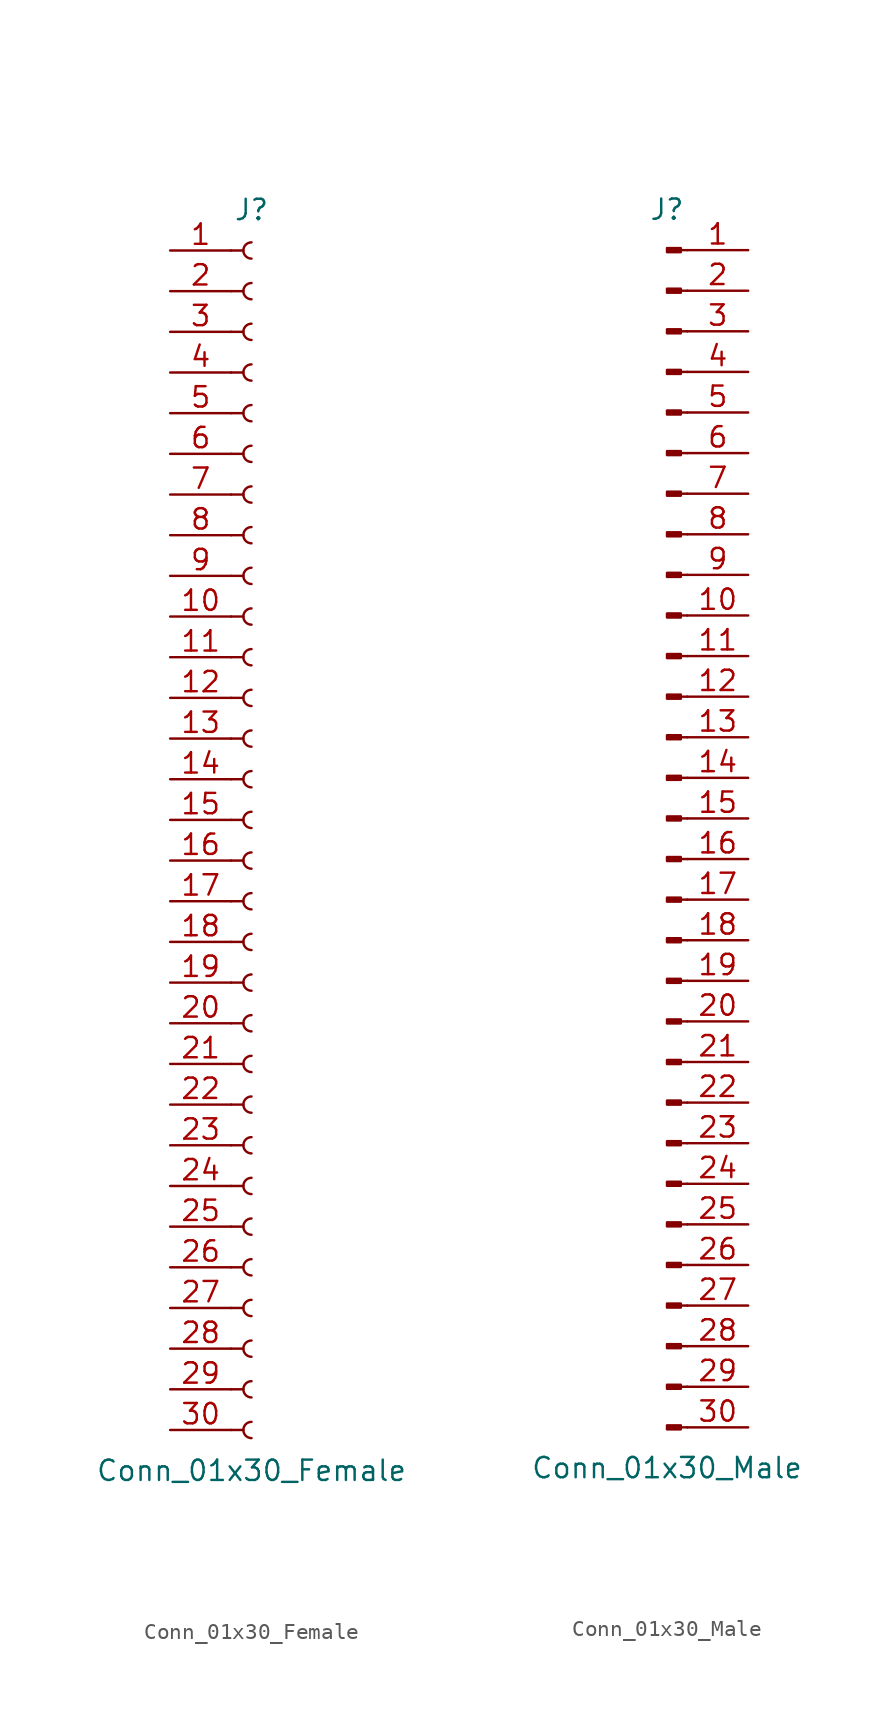
<source format=kicad_sym>
(kicad_symbol_lib
  (version 20201005)
  (generator kicad_symbol_editor)
  (symbol "Conn_01x30_Female"
    (pin_names
      (offset 1.016) hide)
    (property "Reference" "J"
      (at 0 38.1 0)
      (effects (font (size 1.27 1.27))))
    (property "Value" "Conn_01x30_Female"
      (at 0 -40.64 0)
      (effects (font (size 1.27 1.27))))
    (symbol "Conn_01x30_Female_1_1"
      (arc (start 0 -37.592) (end 0 -38.608) (radius (at 0 -38.1) (length 0.508) (angles 90.1 -90.1)) (stroke (width 0.1524)) (fill (type none)))
      (arc (start 0 -35.052) (end 0 -36.068) (radius (at 0 -35.56) (length 0.508) (angles 90.1 -90.1)) (stroke (width 0.1524)) (fill (type none)))
      (arc (start 0 -32.512) (end 0 -33.528) (radius (at 0 -33.02) (length 0.508) (angles 90.1 -90.1)) (stroke (width 0.1524)) (fill (type none)))
      (arc (start 0 -29.972) (end 0 -30.988) (radius (at 0 -30.48) (length 0.508) (angles 90.1 -90.1)) (stroke (width 0.1524)) (fill (type none)))
      (arc (start 0 -27.432) (end 0 -28.448) (radius (at 0 -27.94) (length 0.508) (angles 90.1 -90.1)) (stroke (width 0.1524)) (fill (type none)))
      (arc (start 0 -24.892) (end 0 -25.908) (radius (at 0 -25.4) (length 0.508) (angles 90.1 -90.1)) (stroke (width 0.1524)) (fill (type none)))
      (arc (start 0 -22.352) (end 0 -23.368) (radius (at 0 -22.86) (length 0.508) (angles 90.1 -90.1)) (stroke (width 0.1524)) (fill (type none)))
      (arc (start 0 -19.812) (end 0 -20.828) (radius (at 0 -20.32) (length 0.508) (angles 90.1 -90.1)) (stroke (width 0.1524)) (fill (type none)))
      (arc (start 0 -17.272) (end 0 -18.288) (radius (at 0 -17.78) (length 0.508) (angles 90.1 -90.1)) (stroke (width 0.1524)) (fill (type none)))
      (arc (start 0 -14.732) (end 0 -15.748) (radius (at 0 -15.24) (length 0.508) (angles 90.1 -90.1)) (stroke (width 0.1524)) (fill (type none)))
      (arc (start 0 -12.192) (end 0 -13.208) (radius (at 0 -12.7) (length 0.508) (angles 90.1 -90.1)) (stroke (width 0.1524)) (fill (type none)))
      (arc (start 0 -9.652) (end 0 -10.668) (radius (at 0 -10.16) (length 0.508) (angles 90.1 -90.1)) (stroke (width 0.1524)) (fill (type none)))
      (arc (start 0 -7.112) (end 0 -8.128) (radius (at 0 -7.62) (length 0.508) (angles 90.1 -90.1)) (stroke (width 0.1524)) (fill (type none)))
      (arc (start 0 -4.572) (end 0 -5.588) (radius (at 0 -5.08) (length 0.508) (angles 90.1 -90.1)) (stroke (width 0.1524)) (fill (type none)))
      (arc (start 0 -2.032) (end 0 -3.048) (radius (at 0 -2.54) (length 0.508) (angles 90.1 -90.1)) (stroke (width 0.1524)) (fill (type none)))
      (arc (start 0 0.508) (end 0 -0.508) (radius (at 0 0) (length 0.508) (angles 90.1 -90.1)) (stroke (width 0.1524)) (fill (type none)))
      (arc (start 0 3.048) (end 0 2.032) (radius (at 0 2.54) (length 0.508) (angles 90.1 -90.1)) (stroke (width 0.1524)) (fill (type none)))
      (arc (start 0 5.588) (end 0 4.572) (radius (at 0 5.08) (length 0.508) (angles 90.1 -90.1)) (stroke (width 0.1524)) (fill (type none)))
      (arc (start 0 8.128) (end 0 7.112) (radius (at 0 7.62) (length 0.508) (angles 90.1 -90.1)) (stroke (width 0.1524)) (fill (type none)))
      (arc (start 0 10.668) (end 0 9.652) (radius (at 0 10.16) (length 0.508) (angles 90.1 -90.1)) (stroke (width 0.1524)) (fill (type none)))
      (arc (start 0 13.208) (end 0 12.192) (radius (at 0 12.7) (length 0.508) (angles 90.1 -90.1)) (stroke (width 0.1524)) (fill (type none)))
      (arc (start 0 15.748) (end 0 14.732) (radius (at 0 15.24) (length 0.508) (angles 90.1 -90.1)) (stroke (width 0.1524)) (fill (type none)))
      (arc (start 0 18.288) (end 0 17.272) (radius (at 0 17.78) (length 0.508) (angles 90.1 -90.1)) (stroke (width 0.1524)) (fill (type none)))
      (arc (start 0 20.828) (end 0 19.812) (radius (at 0 20.32) (length 0.508) (angles 90.1 -90.1)) (stroke (width 0.1524)) (fill (type none)))
      (arc (start 0 23.368) (end 0 22.352) (radius (at 0 22.86) (length 0.508) (angles 90.1 -90.1)) (stroke (width 0.1524)) (fill (type none)))
      (arc (start 0 25.908) (end 0 24.892) (radius (at 0 25.4) (length 0.508) (angles 90.1 -90.1)) (stroke (width 0.1524)) (fill (type none)))
      (arc (start 0 28.448) (end 0 27.432) (radius (at 0 27.94) (length 0.508) (angles 90.1 -90.1)) (stroke (width 0.1524)) (fill (type none)))
      (arc (start 0 30.988) (end 0 29.972) (radius (at 0 30.48) (length 0.508) (angles 90.1 -90.1)) (stroke (width 0.1524)) (fill (type none)))
      (arc (start 0 33.528) (end 0 32.512) (radius (at 0 33.02) (length 0.508) (angles 90.1 -90.1)) (stroke (width 0.1524)) (fill (type none)))
      (arc (start 0 36.068) (end 0 35.052) (radius (at 0 35.56) (length 0.508) (angles 90.1 -90.1)) (stroke (width 0.1524)) (fill (type none)))
      (polyline (pts (xy -1.27 -38.1) (xy -0.508 -38.1)) (stroke (width 0.152)) (fill (type none)))
      (polyline (pts (xy -1.27 -35.56) (xy -0.508 -35.56)) (stroke (width 0.152)) (fill (type none)))
      (polyline (pts (xy -1.27 -33.02) (xy -0.508 -33.02)) (stroke (width 0.152)) (fill (type none)))
      (polyline (pts (xy -1.27 -30.48) (xy -0.508 -30.48)) (stroke (width 0.152)) (fill (type none)))
      (polyline (pts (xy -1.27 -27.94) (xy -0.508 -27.94)) (stroke (width 0.152)) (fill (type none)))
      (polyline (pts (xy -1.27 -25.4) (xy -0.508 -25.4)) (stroke (width 0.152)) (fill (type none)))
      (polyline (pts (xy -1.27 -22.86) (xy -0.508 -22.86)) (stroke (width 0.152)) (fill (type none)))
      (polyline (pts (xy -1.27 -20.32) (xy -0.508 -20.32)) (stroke (width 0.152)) (fill (type none)))
      (polyline (pts (xy -1.27 -17.78) (xy -0.508 -17.78)) (stroke (width 0.152)) (fill (type none)))
      (polyline (pts (xy -1.27 -15.24) (xy -0.508 -15.24)) (stroke (width 0.152)) (fill (type none)))
      (polyline (pts (xy -1.27 -12.7) (xy -0.508 -12.7)) (stroke (width 0.152)) (fill (type none)))
      (polyline (pts (xy -1.27 -10.16) (xy -0.508 -10.16)) (stroke (width 0.152)) (fill (type none)))
      (polyline (pts (xy -1.27 -7.62) (xy -0.508 -7.62)) (stroke (width 0.152)) (fill (type none)))
      (polyline (pts (xy -1.27 -5.08) (xy -0.508 -5.08)) (stroke (width 0.152)) (fill (type none)))
      (polyline (pts (xy -1.27 -2.54) (xy -0.508 -2.54)) (stroke (width 0.152)) (fill (type none)))
      (polyline (pts (xy -1.27 0) (xy -0.508 0)) (stroke (width 0.152)) (fill (type none)))
      (polyline (pts (xy -1.27 2.54) (xy -0.508 2.54)) (stroke (width 0.152)) (fill (type none)))
      (polyline (pts (xy -1.27 5.08) (xy -0.508 5.08)) (stroke (width 0.152)) (fill (type none)))
      (polyline (pts (xy -1.27 7.62) (xy -0.508 7.62)) (stroke (width 0.152)) (fill (type none)))
      (polyline (pts (xy -1.27 10.16) (xy -0.508 10.16)) (stroke (width 0.152)) (fill (type none)))
      (polyline (pts (xy -1.27 12.7) (xy -0.508 12.7)) (stroke (width 0.152)) (fill (type none)))
      (polyline (pts (xy -1.27 15.24) (xy -0.508 15.24)) (stroke (width 0.152)) (fill (type none)))
      (polyline (pts (xy -1.27 17.78) (xy -0.508 17.78)) (stroke (width 0.152)) (fill (type none)))
      (polyline (pts (xy -1.27 20.32) (xy -0.508 20.32)) (stroke (width 0.152)) (fill (type none)))
      (polyline (pts (xy -1.27 22.86) (xy -0.508 22.86)) (stroke (width 0.152)) (fill (type none)))
      (polyline (pts (xy -1.27 25.4) (xy -0.508 25.4)) (stroke (width 0.152)) (fill (type none)))
      (polyline (pts (xy -1.27 27.94) (xy -0.508 27.94)) (stroke (width 0.152)) (fill (type none)))
      (polyline (pts (xy -1.27 30.48) (xy -0.508 30.48)) (stroke (width 0.152)) (fill (type none)))
      (polyline (pts (xy -1.27 33.02) (xy -0.508 33.02)) (stroke (width 0.152)) (fill (type none)))
      (polyline (pts (xy -1.27 35.56) (xy -0.508 35.56)) (stroke (width 0.152)) (fill (type none)))
      (pin passive line (at -5.08 35.56 0) (length 3.81) (name "Pin_1" (effects (font (size 1.27 1.27)))) (number "1" (effects (font (size 1.27 1.27)))))
      (pin passive line (at -5.08 12.7 0) (length 3.81) (name "Pin_10" (effects (font (size 1.27 1.27)))) (number "10" (effects (font (size 1.27 1.27)))))
      (pin passive line (at -5.08 10.16 0) (length 3.81) (name "Pin_11" (effects (font (size 1.27 1.27)))) (number "11" (effects (font (size 1.27 1.27)))))
      (pin passive line (at -5.08 7.62 0) (length 3.81) (name "Pin_12" (effects (font (size 1.27 1.27)))) (number "12" (effects (font (size 1.27 1.27)))))
      (pin passive line (at -5.08 5.08 0) (length 3.81) (name "Pin_13" (effects (font (size 1.27 1.27)))) (number "13" (effects (font (size 1.27 1.27)))))
      (pin passive line (at -5.08 2.54 0) (length 3.81) (name "Pin_14" (effects (font (size 1.27 1.27)))) (number "14" (effects (font (size 1.27 1.27)))))
      (pin passive line (at -5.08 0 0) (length 3.81) (name "Pin_15" (effects (font (size 1.27 1.27)))) (number "15" (effects (font (size 1.27 1.27)))))
      (pin passive line (at -5.08 -2.54 0) (length 3.81) (name "Pin_16" (effects (font (size 1.27 1.27)))) (number "16" (effects (font (size 1.27 1.27)))))
      (pin passive line (at -5.08 -5.08 0) (length 3.81) (name "Pin_17" (effects (font (size 1.27 1.27)))) (number "17" (effects (font (size 1.27 1.27)))))
      (pin passive line (at -5.08 -7.62 0) (length 3.81) (name "Pin_18" (effects (font (size 1.27 1.27)))) (number "18" (effects (font (size 1.27 1.27)))))
      (pin passive line (at -5.08 -10.16 0) (length 3.81) (name "Pin_19" (effects (font (size 1.27 1.27)))) (number "19" (effects (font (size 1.27 1.27)))))
      (pin passive line (at -5.08 33.02 0) (length 3.81) (name "Pin_2" (effects (font (size 1.27 1.27)))) (number "2" (effects (font (size 1.27 1.27)))))
      (pin passive line (at -5.08 -12.7 0) (length 3.81) (name "Pin_20" (effects (font (size 1.27 1.27)))) (number "20" (effects (font (size 1.27 1.27)))))
      (pin passive line (at -5.08 -15.24 0) (length 3.81) (name "Pin_21" (effects (font (size 1.27 1.27)))) (number "21" (effects (font (size 1.27 1.27)))))
      (pin passive line (at -5.08 -17.78 0) (length 3.81) (name "Pin_22" (effects (font (size 1.27 1.27)))) (number "22" (effects (font (size 1.27 1.27)))))
      (pin passive line (at -5.08 -20.32 0) (length 3.81) (name "Pin_23" (effects (font (size 1.27 1.27)))) (number "23" (effects (font (size 1.27 1.27)))))
      (pin passive line (at -5.08 -22.86 0) (length 3.81) (name "Pin_24" (effects (font (size 1.27 1.27)))) (number "24" (effects (font (size 1.27 1.27)))))
      (pin passive line (at -5.08 -25.4 0) (length 3.81) (name "Pin_25" (effects (font (size 1.27 1.27)))) (number "25" (effects (font (size 1.27 1.27)))))
      (pin passive line (at -5.08 -27.94 0) (length 3.81) (name "Pin_26" (effects (font (size 1.27 1.27)))) (number "26" (effects (font (size 1.27 1.27)))))
      (pin passive line (at -5.08 -30.48 0) (length 3.81) (name "Pin_27" (effects (font (size 1.27 1.27)))) (number "27" (effects (font (size 1.27 1.27)))))
      (pin passive line (at -5.08 -33.02 0) (length 3.81) (name "Pin_28" (effects (font (size 1.27 1.27)))) (number "28" (effects (font (size 1.27 1.27)))))
      (pin passive line (at -5.08 -35.56 0) (length 3.81) (name "Pin_29" (effects (font (size 1.27 1.27)))) (number "29" (effects (font (size 1.27 1.27)))))
      (pin passive line (at -5.08 30.48 0) (length 3.81) (name "Pin_3" (effects (font (size 1.27 1.27)))) (number "3" (effects (font (size 1.27 1.27)))))
      (pin passive line (at -5.08 -38.1 0) (length 3.81) (name "Pin_30" (effects (font (size 1.27 1.27)))) (number "30" (effects (font (size 1.27 1.27)))))
      (pin passive line (at -5.08 27.94 0) (length 3.81) (name "Pin_4" (effects (font (size 1.27 1.27)))) (number "4" (effects (font (size 1.27 1.27)))))
      (pin passive line (at -5.08 25.4 0) (length 3.81) (name "Pin_5" (effects (font (size 1.27 1.27)))) (number "5" (effects (font (size 1.27 1.27)))))
      (pin passive line (at -5.08 22.86 0) (length 3.81) (name "Pin_6" (effects (font (size 1.27 1.27)))) (number "6" (effects (font (size 1.27 1.27)))))
      (pin passive line (at -5.08 20.32 0) (length 3.81) (name "Pin_7" (effects (font (size 1.27 1.27)))) (number "7" (effects (font (size 1.27 1.27)))))
      (pin passive line (at -5.08 17.78 0) (length 3.81) (name "Pin_8" (effects (font (size 1.27 1.27)))) (number "8" (effects (font (size 1.27 1.27)))))
      (pin passive line (at -5.08 15.24 0) (length 3.81) (name "Pin_9" (effects (font (size 1.27 1.27)))) (number "9" (effects (font (size 1.27 1.27)))))))
  (symbol "Conn_01x30_Male"
    (pin_names
      (offset 1.016) hide)
    (property "Reference" "J"
      (at 0 38.1 0)
      (effects (font (size 1.27 1.27))))
    (property "Value" "Conn_01x30_Male"
      (at 0 -40.64 0)
      (effects (font (size 1.27 1.27))))
    (symbol "Conn_01x30_Male_1_1"
      (rectangle (start 0.864 -37.973) (end 0 -38.227) (stroke (width 0.152)) (fill (type outline)))
      (rectangle (start 0.864 -35.433) (end 0 -35.687) (stroke (width 0.152)) (fill (type outline)))
      (rectangle (start 0.864 -32.893) (end 0 -33.147) (stroke (width 0.152)) (fill (type outline)))
      (rectangle (start 0.864 -30.353) (end 0 -30.607) (stroke (width 0.152)) (fill (type outline)))
      (rectangle (start 0.864 -27.813) (end 0 -28.067) (stroke (width 0.152)) (fill (type outline)))
      (rectangle (start 0.864 -25.273) (end 0 -25.527) (stroke (width 0.152)) (fill (type outline)))
      (rectangle (start 0.864 -22.733) (end 0 -22.987) (stroke (width 0.152)) (fill (type outline)))
      (rectangle (start 0.864 -20.193) (end 0 -20.447) (stroke (width 0.152)) (fill (type outline)))
      (rectangle (start 0.864 -17.653) (end 0 -17.907) (stroke (width 0.152)) (fill (type outline)))
      (rectangle (start 0.864 -15.113) (end 0 -15.367) (stroke (width 0.152)) (fill (type outline)))
      (rectangle (start 0.864 -12.573) (end 0 -12.827) (stroke (width 0.152)) (fill (type outline)))
      (rectangle (start 0.864 -10.033) (end 0 -10.287) (stroke (width 0.152)) (fill (type outline)))
      (rectangle (start 0.864 -7.493) (end 0 -7.747) (stroke (width 0.152)) (fill (type outline)))
      (rectangle (start 0.864 -4.953) (end 0 -5.207) (stroke (width 0.152)) (fill (type outline)))
      (rectangle (start 0.864 -2.413) (end 0 -2.667) (stroke (width 0.152)) (fill (type outline)))
      (rectangle (start 0.864 0.127) (end 0 -0.127) (stroke (width 0.152)) (fill (type outline)))
      (rectangle (start 0.864 2.667) (end 0 2.413) (stroke (width 0.152)) (fill (type outline)))
      (rectangle (start 0.864 5.207) (end 0 4.953) (stroke (width 0.152)) (fill (type outline)))
      (rectangle (start 0.864 7.747) (end 0 7.493) (stroke (width 0.152)) (fill (type outline)))
      (rectangle (start 0.864 10.287) (end 0 10.033) (stroke (width 0.152)) (fill (type outline)))
      (rectangle (start 0.864 12.827) (end 0 12.573) (stroke (width 0.152)) (fill (type outline)))
      (rectangle (start 0.864 15.367) (end 0 15.113) (stroke (width 0.152)) (fill (type outline)))
      (rectangle (start 0.864 17.907) (end 0 17.653) (stroke (width 0.152)) (fill (type outline)))
      (rectangle (start 0.864 20.447) (end 0 20.193) (stroke (width 0.152)) (fill (type outline)))
      (rectangle (start 0.864 22.987) (end 0 22.733) (stroke (width 0.152)) (fill (type outline)))
      (rectangle (start 0.864 25.527) (end 0 25.273) (stroke (width 0.152)) (fill (type outline)))
      (rectangle (start 0.864 28.067) (end 0 27.813) (stroke (width 0.152)) (fill (type outline)))
      (rectangle (start 0.864 30.607) (end 0 30.353) (stroke (width 0.152)) (fill (type outline)))
      (rectangle (start 0.864 33.147) (end 0 32.893) (stroke (width 0.152)) (fill (type outline)))
      (rectangle (start 0.864 35.687) (end 0 35.433) (stroke (width 0.152)) (fill (type outline)))
      (polyline (pts (xy 1.27 -38.1) (xy 0.864 -38.1)) (stroke (width 0.152)) (fill (type none)))
      (polyline (pts (xy 1.27 -35.56) (xy 0.864 -35.56)) (stroke (width 0.152)) (fill (type none)))
      (polyline (pts (xy 1.27 -33.02) (xy 0.864 -33.02)) (stroke (width 0.152)) (fill (type none)))
      (polyline (pts (xy 1.27 -30.48) (xy 0.864 -30.48)) (stroke (width 0.152)) (fill (type none)))
      (polyline (pts (xy 1.27 -27.94) (xy 0.864 -27.94)) (stroke (width 0.152)) (fill (type none)))
      (polyline (pts (xy 1.27 -25.4) (xy 0.864 -25.4)) (stroke (width 0.152)) (fill (type none)))
      (polyline (pts (xy 1.27 -22.86) (xy 0.864 -22.86)) (stroke (width 0.152)) (fill (type none)))
      (polyline (pts (xy 1.27 -20.32) (xy 0.864 -20.32)) (stroke (width 0.152)) (fill (type none)))
      (polyline (pts (xy 1.27 -17.78) (xy 0.864 -17.78)) (stroke (width 0.152)) (fill (type none)))
      (polyline (pts (xy 1.27 -15.24) (xy 0.864 -15.24)) (stroke (width 0.152)) (fill (type none)))
      (polyline (pts (xy 1.27 -12.7) (xy 0.864 -12.7)) (stroke (width 0.152)) (fill (type none)))
      (polyline (pts (xy 1.27 -10.16) (xy 0.864 -10.16)) (stroke (width 0.152)) (fill (type none)))
      (polyline (pts (xy 1.27 -7.62) (xy 0.864 -7.62)) (stroke (width 0.152)) (fill (type none)))
      (polyline (pts (xy 1.27 -5.08) (xy 0.864 -5.08)) (stroke (width 0.152)) (fill (type none)))
      (polyline (pts (xy 1.27 -2.54) (xy 0.864 -2.54)) (stroke (width 0.152)) (fill (type none)))
      (polyline (pts (xy 1.27 0) (xy 0.864 0)) (stroke (width 0.152)) (fill (type none)))
      (polyline (pts (xy 1.27 2.54) (xy 0.864 2.54)) (stroke (width 0.152)) (fill (type none)))
      (polyline (pts (xy 1.27 5.08) (xy 0.864 5.08)) (stroke (width 0.152)) (fill (type none)))
      (polyline (pts (xy 1.27 7.62) (xy 0.864 7.62)) (stroke (width 0.152)) (fill (type none)))
      (polyline (pts (xy 1.27 10.16) (xy 0.864 10.16)) (stroke (width 0.152)) (fill (type none)))
      (polyline (pts (xy 1.27 12.7) (xy 0.864 12.7)) (stroke (width 0.152)) (fill (type none)))
      (polyline (pts (xy 1.27 15.24) (xy 0.864 15.24)) (stroke (width 0.152)) (fill (type none)))
      (polyline (pts (xy 1.27 17.78) (xy 0.864 17.78)) (stroke (width 0.152)) (fill (type none)))
      (polyline (pts (xy 1.27 20.32) (xy 0.864 20.32)) (stroke (width 0.152)) (fill (type none)))
      (polyline (pts (xy 1.27 22.86) (xy 0.864 22.86)) (stroke (width 0.152)) (fill (type none)))
      (polyline (pts (xy 1.27 25.4) (xy 0.864 25.4)) (stroke (width 0.152)) (fill (type none)))
      (polyline (pts (xy 1.27 27.94) (xy 0.864 27.94)) (stroke (width 0.152)) (fill (type none)))
      (polyline (pts (xy 1.27 30.48) (xy 0.864 30.48)) (stroke (width 0.152)) (fill (type none)))
      (polyline (pts (xy 1.27 33.02) (xy 0.864 33.02)) (stroke (width 0.152)) (fill (type none)))
      (polyline (pts (xy 1.27 35.56) (xy 0.864 35.56)) (stroke (width 0.152)) (fill (type none)))
      (pin passive line (at 5.08 35.56 180) (length 3.81) (name "Pin_1" (effects (font (size 1.27 1.27)))) (number "1" (effects (font (size 1.27 1.27)))))
      (pin passive line (at 5.08 12.7 180) (length 3.81) (name "Pin_10" (effects (font (size 1.27 1.27)))) (number "10" (effects (font (size 1.27 1.27)))))
      (pin passive line (at 5.08 10.16 180) (length 3.81) (name "Pin_11" (effects (font (size 1.27 1.27)))) (number "11" (effects (font (size 1.27 1.27)))))
      (pin passive line (at 5.08 7.62 180) (length 3.81) (name "Pin_12" (effects (font (size 1.27 1.27)))) (number "12" (effects (font (size 1.27 1.27)))))
      (pin passive line (at 5.08 5.08 180) (length 3.81) (name "Pin_13" (effects (font (size 1.27 1.27)))) (number "13" (effects (font (size 1.27 1.27)))))
      (pin passive line (at 5.08 2.54 180) (length 3.81) (name "Pin_14" (effects (font (size 1.27 1.27)))) (number "14" (effects (font (size 1.27 1.27)))))
      (pin passive line (at 5.08 0 180) (length 3.81) (name "Pin_15" (effects (font (size 1.27 1.27)))) (number "15" (effects (font (size 1.27 1.27)))))
      (pin passive line (at 5.08 -2.54 180) (length 3.81) (name "Pin_16" (effects (font (size 1.27 1.27)))) (number "16" (effects (font (size 1.27 1.27)))))
      (pin passive line (at 5.08 -5.08 180) (length 3.81) (name "Pin_17" (effects (font (size 1.27 1.27)))) (number "17" (effects (font (size 1.27 1.27)))))
      (pin passive line (at 5.08 -7.62 180) (length 3.81) (name "Pin_18" (effects (font (size 1.27 1.27)))) (number "18" (effects (font (size 1.27 1.27)))))
      (pin passive line (at 5.08 -10.16 180) (length 3.81) (name "Pin_19" (effects (font (size 1.27 1.27)))) (number "19" (effects (font (size 1.27 1.27)))))
      (pin passive line (at 5.08 33.02 180) (length 3.81) (name "Pin_2" (effects (font (size 1.27 1.27)))) (number "2" (effects (font (size 1.27 1.27)))))
      (pin passive line (at 5.08 -12.7 180) (length 3.81) (name "Pin_20" (effects (font (size 1.27 1.27)))) (number "20" (effects (font (size 1.27 1.27)))))
      (pin passive line (at 5.08 -15.24 180) (length 3.81) (name "Pin_21" (effects (font (size 1.27 1.27)))) (number "21" (effects (font (size 1.27 1.27)))))
      (pin passive line (at 5.08 -17.78 180) (length 3.81) (name "Pin_22" (effects (font (size 1.27 1.27)))) (number "22" (effects (font (size 1.27 1.27)))))
      (pin passive line (at 5.08 -20.32 180) (length 3.81) (name "Pin_23" (effects (font (size 1.27 1.27)))) (number "23" (effects (font (size 1.27 1.27)))))
      (pin passive line (at 5.08 -22.86 180) (length 3.81) (name "Pin_24" (effects (font (size 1.27 1.27)))) (number "24" (effects (font (size 1.27 1.27)))))
      (pin passive line (at 5.08 -25.4 180) (length 3.81) (name "Pin_25" (effects (font (size 1.27 1.27)))) (number "25" (effects (font (size 1.27 1.27)))))
      (pin passive line (at 5.08 -27.94 180) (length 3.81) (name "Pin_26" (effects (font (size 1.27 1.27)))) (number "26" (effects (font (size 1.27 1.27)))))
      (pin passive line (at 5.08 -30.48 180) (length 3.81) (name "Pin_27" (effects (font (size 1.27 1.27)))) (number "27" (effects (font (size 1.27 1.27)))))
      (pin passive line (at 5.08 -33.02 180) (length 3.81) (name "Pin_28" (effects (font (size 1.27 1.27)))) (number "28" (effects (font (size 1.27 1.27)))))
      (pin passive line (at 5.08 -35.56 180) (length 3.81) (name "Pin_29" (effects (font (size 1.27 1.27)))) (number "29" (effects (font (size 1.27 1.27)))))
      (pin passive line (at 5.08 30.48 180) (length 3.81) (name "Pin_3" (effects (font (size 1.27 1.27)))) (number "3" (effects (font (size 1.27 1.27)))))
      (pin passive line (at 5.08 -38.1 180) (length 3.81) (name "Pin_30" (effects (font (size 1.27 1.27)))) (number "30" (effects (font (size 1.27 1.27)))))
      (pin passive line (at 5.08 27.94 180) (length 3.81) (name "Pin_4" (effects (font (size 1.27 1.27)))) (number "4" (effects (font (size 1.27 1.27)))))
      (pin passive line (at 5.08 25.4 180) (length 3.81) (name "Pin_5" (effects (font (size 1.27 1.27)))) (number "5" (effects (font (size 1.27 1.27)))))
      (pin passive line (at 5.08 22.86 180) (length 3.81) (name "Pin_6" (effects (font (size 1.27 1.27)))) (number "6" (effects (font (size 1.27 1.27)))))
      (pin passive line (at 5.08 20.32 180) (length 3.81) (name "Pin_7" (effects (font (size 1.27 1.27)))) (number "7" (effects (font (size 1.27 1.27)))))
      (pin passive line (at 5.08 17.78 180) (length 3.81) (name "Pin_8" (effects (font (size 1.27 1.27)))) (number "8" (effects (font (size 1.27 1.27)))))
      (pin passive line (at 5.08 15.24 180) (length 3.81) (name "Pin_9" (effects (font (size 1.27 1.27)))) (number "9" (effects (font (size 1.27 1.27))))))))
</source>
